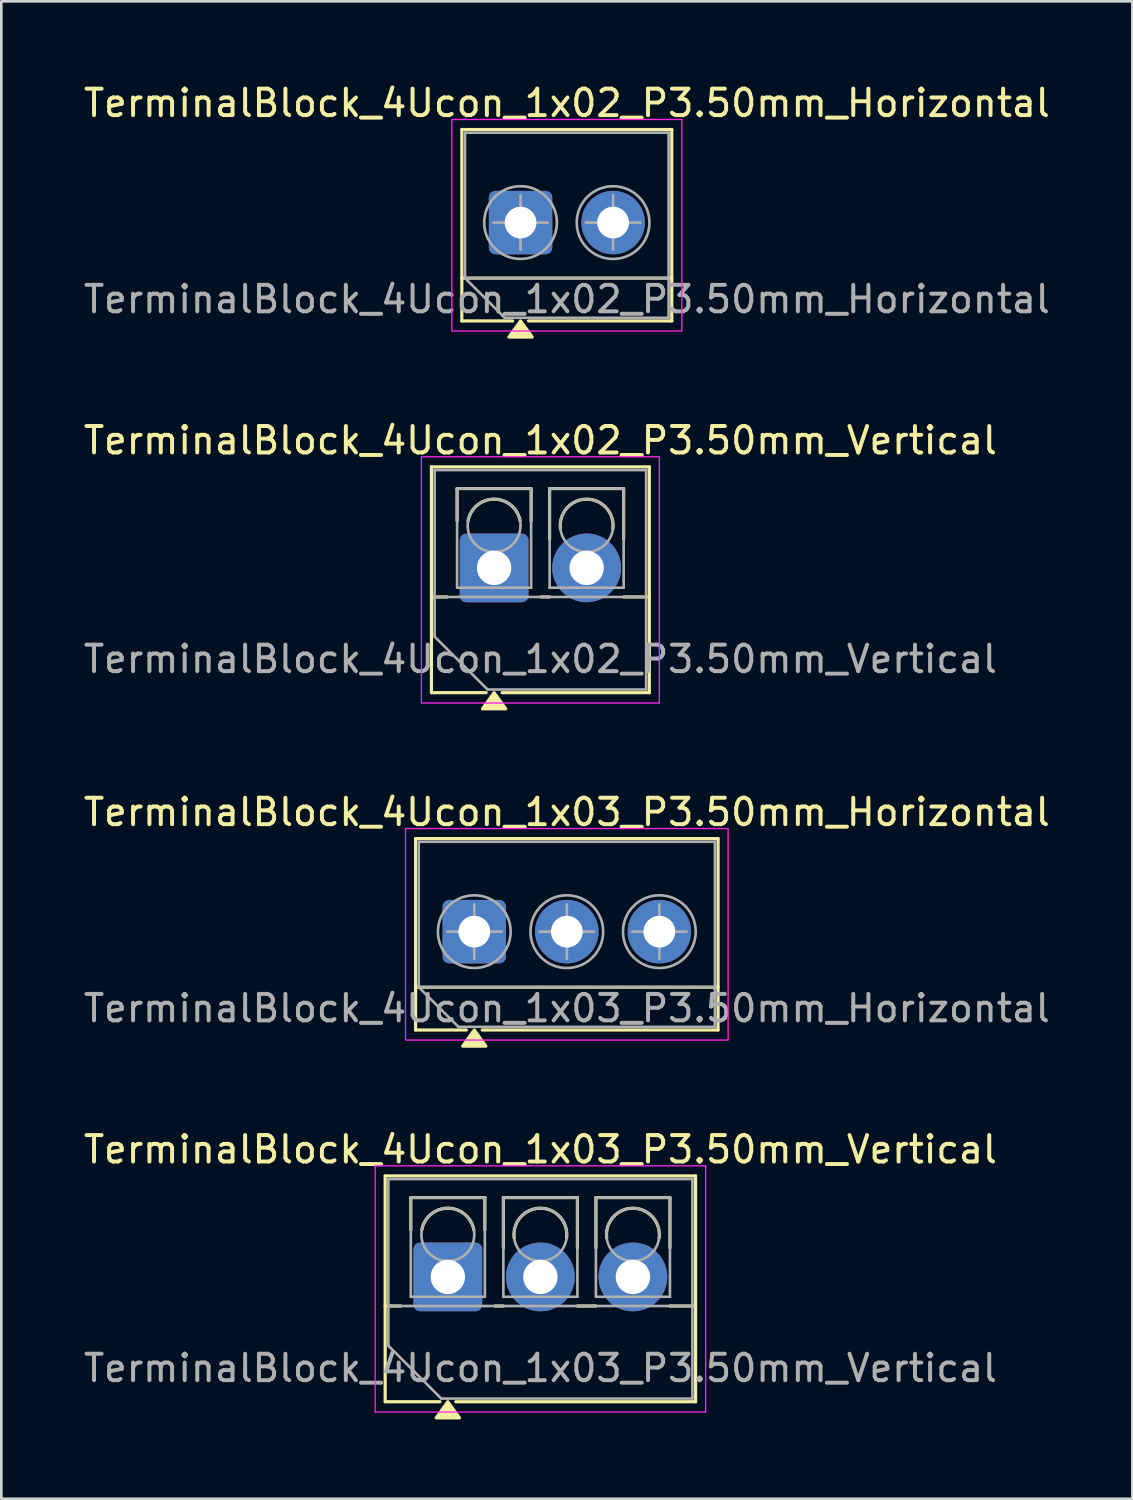
<source format=kicad_pcb>
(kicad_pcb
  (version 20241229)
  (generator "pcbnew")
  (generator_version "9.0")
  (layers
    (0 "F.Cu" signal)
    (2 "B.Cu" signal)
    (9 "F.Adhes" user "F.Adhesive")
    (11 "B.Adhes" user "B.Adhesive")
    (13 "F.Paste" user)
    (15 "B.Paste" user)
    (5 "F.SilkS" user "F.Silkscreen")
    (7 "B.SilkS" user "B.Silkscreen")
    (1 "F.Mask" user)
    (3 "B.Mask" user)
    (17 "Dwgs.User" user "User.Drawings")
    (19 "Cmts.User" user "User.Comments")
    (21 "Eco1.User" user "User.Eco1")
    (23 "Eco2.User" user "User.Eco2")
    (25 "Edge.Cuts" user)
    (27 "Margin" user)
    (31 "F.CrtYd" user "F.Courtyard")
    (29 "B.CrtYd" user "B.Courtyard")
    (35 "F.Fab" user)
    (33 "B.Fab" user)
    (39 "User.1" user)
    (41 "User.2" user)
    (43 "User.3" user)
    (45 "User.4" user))
  (footprint "TerminalBlock_4Ucon_1x02_P3.50mm_Horizontal"
    (layer "F.Cu")
    (at 16.637 5.368)
    (property "Reference" "TerminalBlock_4Ucon_1x02_P3.50mm_Horizontal" (at 1.75 -4.52 0) (layer "F.SilkS") (effects (font (size 1 1) (thickness 0.15))))
    (attr through_hole)
    (fp_line (start -2.22 -3.52) (end 5.72 -3.52) (stroke (width 0.12) (type solid)) (layer "F.SilkS"))
    (fp_line (start -2.22 2.1) (end 5.72 2.1) (stroke (width 0.12) (type solid)) (layer "F.SilkS"))
    (fp_line (start -2.22 3.72) (end -2.22 -3.52) (stroke (width 0.12) (type solid)) (layer "F.SilkS"))
    (fp_line (start -0.3 3.72) (end -2.22 3.72) (stroke (width 0.12) (type solid)) (layer "F.SilkS"))
    (fp_line (start 5.72 -3.52) (end 5.72 3.72) (stroke (width 0.12) (type solid)) (layer "F.SilkS"))
    (fp_line (start 5.72 3.72) (end 0.3 3.72) (stroke (width 0.12) (type solid)) (layer "F.SilkS"))
    (fp_poly (pts (xy 0 3.72) (xy 0.44 4.33) (xy -0.44 4.33)) (stroke (width 0.12) (type solid)) (fill yes) (layer "F.SilkS"))
    (fp_rect (start -2.6 -3.9) (end 6.1 4.1) (stroke (width 0.05) (type solid)) (fill no) (layer "F.CrtYd"))
    (fp_line (start -2.1 -3.4) (end 5.6 -3.4) (stroke (width 0.1) (type solid)) (layer "F.Fab"))
    (fp_line (start -2.1 2.1) (end -2.1 -3.4) (stroke (width 0.1) (type solid)) (layer "F.Fab"))
    (fp_line (start -2.1 2.1) (end 5.6 2.1) (stroke (width 0.1) (type solid)) (layer "F.Fab"))
    (fp_line (start -1.031 0) (end 1.031 0) (stroke (width 0.1) (type solid)) (layer "F.Fab"))
    (fp_line (start -0.6 3.6) (end -2.1 2.1) (stroke (width 0.1) (type solid)) (layer "F.Fab"))
    (fp_line (start 0 -1.031) (end 0 1.031) (stroke (width 0.1) (type solid)) (layer "F.Fab"))
    (fp_line (start 2.469 0) (end 4.531 0) (stroke (width 0.1) (type solid)) (layer "F.Fab"))
    (fp_line (start 3.5 -1.031) (end 3.5 1.031) (stroke (width 0.1) (type solid)) (layer "F.Fab"))
    (fp_line (start 5.6 -3.4) (end 5.6 3.6) (stroke (width 0.1) (type solid)) (layer "F.Fab"))
    (fp_line (start 5.6 3.6) (end -0.6 3.6) (stroke (width 0.1) (type solid)) (layer "F.Fab"))
    (fp_circle (center 0 0) (end 1.375 0) (stroke (width 0.1) (type solid)) (fill no) (layer "F.Fab"))
    (fp_circle (center 3.5 0) (end 4.875 0) (stroke (width 0.1) (type solid)) (fill no) (layer "F.Fab"))
    (fp_text user "${REFERENCE}" (at 1.75 2.9 0) (layer "F.Fab") (effects (font (size 1 1) (thickness 0.15))))
    (pad "1" thru_hole roundrect (at 0 0) (size 2.4 2.4) (drill 1.2) (layers "*.Cu" "*.Mask") (roundrect_rratio 0.104))
    (pad "2" thru_hole circle (at 3.5 0) (size 2.4 2.4) (drill 1.2) (layers "*.Cu" "*.Mask")))
  (footprint "TerminalBlock_4Ucon_1x02_P3.50mm_Vertical"
    (layer "F.Cu")
    (at 15.637 18.427)
    (property "Reference" "TerminalBlock_4Ucon_1x02_P3.50mm_Vertical" (at 1.75 -4.82 0) (layer "F.SilkS") (effects (font (size 1 1) (thickness 0.15))))
    (attr through_hole)
    (fp_line (start -2.37 -3.82) (end -2.37 4.72) (stroke (width 0.12) (type solid)) (layer "F.SilkS"))
    (fp_line (start -2.37 -3.82) (end 5.87 -3.82) (stroke (width 0.12) (type solid)) (layer "F.SilkS"))
    (fp_line (start -2.37 1.1) (end -1.78 1.1) (stroke (width 0.12) (type solid)) (layer "F.SilkS"))
    (fp_line (start -2.37 4.72) (end -0.3 4.72) (stroke (width 0.12) (type solid)) (layer "F.SilkS"))
    (fp_line (start -1.4 -3) (end -1.4 -1.78) (stroke (width 0.12) (type solid)) (layer "F.SilkS"))
    (fp_line (start -1.4 -3) (end 1.4 -3) (stroke (width 0.12) (type solid)) (layer "F.SilkS"))
    (fp_line (start 0.3 4.72) (end 5.87 4.72) (stroke (width 0.12) (type solid)) (layer "F.SilkS"))
    (fp_line (start 1.4 -3) (end 1.4 -1.78) (stroke (width 0.12) (type solid)) (layer "F.SilkS"))
    (fp_line (start 1.78 1.1) (end 2.101 1.1) (stroke (width 0.12) (type solid)) (layer "F.SilkS"))
    (fp_line (start 2.1 -3) (end 2.1 -1.099) (stroke (width 0.12) (type solid)) (layer "F.SilkS"))
    (fp_line (start 2.1 -3) (end 4.9 -3) (stroke (width 0.12) (type solid)) (layer "F.SilkS"))
    (fp_line (start 4.899 1.1) (end 5.87 1.1) (stroke (width 0.12) (type solid)) (layer "F.SilkS"))
    (fp_line (start 4.9 -3) (end 4.9 -1.099) (stroke (width 0.12) (type solid)) (layer "F.SilkS"))
    (fp_line (start 5.87 -3.82) (end 5.87 4.72) (stroke (width 0.12) (type solid)) (layer "F.SilkS"))
    (fp_arc (start -0.984 -1.78) (mid -0.00006 -2.600328) (end 0.983978 -1.780118) (stroke (width 0.12) (type solid)) (layer "F.SilkS"))
    (fp_arc (start 2.508 -1.478) (mid 3.500313 -2.599474) (end 4.491923 -1.477379) (stroke (width 0.12) (type solid)) (layer "F.SilkS"))
    (fp_poly (pts (xy 0 4.72) (xy 0.44 5.33) (xy -0.44 5.33)) (stroke (width 0.12) (type solid)) (fill yes) (layer "F.SilkS"))
    (fp_line (start -2.75 -4.2) (end -2.75 5.11) (stroke (width 0.05) (type solid)) (layer "F.CrtYd"))
    (fp_line (start -2.75 5.11) (end 6.25 5.11) (stroke (width 0.05) (type solid)) (layer "F.CrtYd"))
    (fp_line (start 6.25 -4.2) (end -2.75 -4.2) (stroke (width 0.05) (type solid)) (layer "F.CrtYd"))
    (fp_line (start 6.25 5.11) (end 6.25 -4.2) (stroke (width 0.05) (type solid)) (layer "F.CrtYd"))
    (fp_line (start -2.25 -3.7) (end 5.75 -3.7) (stroke (width 0.1) (type solid)) (layer "F.Fab"))
    (fp_line (start -2.25 1.1) (end 5.75 1.1) (stroke (width 0.1) (type solid)) (layer "F.Fab"))
    (fp_line (start -2.25 2.6) (end -2.25 -3.7) (stroke (width 0.1) (type solid)) (layer "F.Fab"))
    (fp_line (start -1.4 -3) (end -1.4 0.75) (stroke (width 0.1) (type solid)) (layer "F.Fab"))
    (fp_line (start -1.4 0.75) (end 1.4 0.75) (stroke (width 0.1) (type solid)) (layer "F.Fab"))
    (fp_line (start -0.25 4.6) (end -2.25 2.6) (stroke (width 0.1) (type solid)) (layer "F.Fab"))
    (fp_line (start 1.4 -3) (end -1.4 -3) (stroke (width 0.1) (type solid)) (layer "F.Fab"))
    (fp_line (start 1.4 0.75) (end 1.4 -3) (stroke (width 0.1) (type solid)) (layer "F.Fab"))
    (fp_line (start 2.1 -3) (end 2.1 0.75) (stroke (width 0.1) (type solid)) (layer "F.Fab"))
    (fp_line (start 2.1 0.75) (end 4.9 0.75) (stroke (width 0.1) (type solid)) (layer "F.Fab"))
    (fp_line (start 4.9 -3) (end 2.1 -3) (stroke (width 0.1) (type solid)) (layer "F.Fab"))
    (fp_line (start 4.9 0.75) (end 4.9 -3) (stroke (width 0.1) (type solid)) (layer "F.Fab"))
    (fp_line (start 5.75 -3.7) (end 5.75 4.6) (stroke (width 0.1) (type solid)) (layer "F.Fab"))
    (fp_line (start 5.75 4.6) (end -0.25 4.6) (stroke (width 0.1) (type solid)) (layer "F.Fab"))
    (fp_circle (center 0 -1.6) (end 1 -1.6) (stroke (width 0.1) (type solid)) (fill no) (layer "F.Fab"))
    (fp_circle (center 3.5 -1.6) (end 4.5 -1.6) (stroke (width 0.1) (type solid)) (fill no) (layer "F.Fab"))
    (fp_text user "${REFERENCE}" (at 1.75 3.45 0) (layer "F.Fab") (effects (font (size 1 1) (thickness 0.15))))
    (pad "1" thru_hole roundrect (at 0 0) (size 2.6 2.6) (drill 1.3) (layers "*.Cu" "*.Mask") (roundrect_rratio 0.096))
    (pad "2" thru_hole circle (at 3.5 0) (size 2.6 2.6) (drill 1.3) (layers "*.Cu" "*.Mask")))
  (footprint "TerminalBlock_4Ucon_1x03_P3.50mm_Horizontal"
    (layer "F.Cu")
    (at 14.887 32.185)
    (property "Reference" "TerminalBlock_4Ucon_1x03_P3.50mm_Horizontal" (at 3.5 -4.52 0) (layer "F.SilkS") (effects (font (size 1 1) (thickness 0.15))))
    (attr through_hole)
    (fp_line (start -2.22 -3.52) (end 9.22 -3.52) (stroke (width 0.12) (type solid)) (layer "F.SilkS"))
    (fp_line (start -2.22 2.1) (end 9.22 2.1) (stroke (width 0.12) (type solid)) (layer "F.SilkS"))
    (fp_line (start -2.22 3.72) (end -2.22 -3.52) (stroke (width 0.12) (type solid)) (layer "F.SilkS"))
    (fp_line (start -0.3 3.72) (end -2.22 3.72) (stroke (width 0.12) (type solid)) (layer "F.SilkS"))
    (fp_line (start 9.22 -3.52) (end 9.22 3.72) (stroke (width 0.12) (type solid)) (layer "F.SilkS"))
    (fp_line (start 9.22 3.72) (end 0.3 3.72) (stroke (width 0.12) (type solid)) (layer "F.SilkS"))
    (fp_poly (pts (xy 0 3.72) (xy 0.44 4.33) (xy -0.44 4.33)) (stroke (width 0.12) (type solid)) (fill yes) (layer "F.SilkS"))
    (fp_rect (start -2.6 -3.9) (end 9.6 4.1) (stroke (width 0.05) (type solid)) (fill no) (layer "F.CrtYd"))
    (fp_line (start -2.1 -3.4) (end 9.1 -3.4) (stroke (width 0.1) (type solid)) (layer "F.Fab"))
    (fp_line (start -2.1 2.1) (end -2.1 -3.4) (stroke (width 0.1) (type solid)) (layer "F.Fab"))
    (fp_line (start -2.1 2.1) (end 9.1 2.1) (stroke (width 0.1) (type solid)) (layer "F.Fab"))
    (fp_line (start -1.031 0) (end 1.031 0) (stroke (width 0.1) (type solid)) (layer "F.Fab"))
    (fp_line (start -0.6 3.6) (end -2.1 2.1) (stroke (width 0.1) (type solid)) (layer "F.Fab"))
    (fp_line (start 0 -1.031) (end 0 1.031) (stroke (width 0.1) (type solid)) (layer "F.Fab"))
    (fp_line (start 2.469 0) (end 4.531 0) (stroke (width 0.1) (type solid)) (layer "F.Fab"))
    (fp_line (start 3.5 -1.031) (end 3.5 1.031) (stroke (width 0.1) (type solid)) (layer "F.Fab"))
    (fp_line (start 5.969 0) (end 8.031 0) (stroke (width 0.1) (type solid)) (layer "F.Fab"))
    (fp_line (start 7 -1.031) (end 7 1.031) (stroke (width 0.1) (type solid)) (layer "F.Fab"))
    (fp_line (start 9.1 -3.4) (end 9.1 3.6) (stroke (width 0.1) (type solid)) (layer "F.Fab"))
    (fp_line (start 9.1 3.6) (end -0.6 3.6) (stroke (width 0.1) (type solid)) (layer "F.Fab"))
    (fp_circle (center 0 0) (end 1.375 0) (stroke (width 0.1) (type solid)) (fill no) (layer "F.Fab"))
    (fp_circle (center 3.5 0) (end 4.875 0) (stroke (width 0.1) (type solid)) (fill no) (layer "F.Fab"))
    (fp_circle (center 7 0) (end 8.375 0) (stroke (width 0.1) (type solid)) (fill no) (layer "F.Fab"))
    (fp_text user "${REFERENCE}" (at 3.5 2.9 0) (layer "F.Fab") (effects (font (size 1 1) (thickness 0.15))))
    (pad "1" thru_hole roundrect (at 0 0) (size 2.4 2.4) (drill 1.2) (layers "*.Cu" "*.Mask") (roundrect_rratio 0.104))
    (pad "2" thru_hole circle (at 3.5 0) (size 2.4 2.4) (drill 1.2) (layers "*.Cu" "*.Mask"))
    (pad "3" thru_hole circle (at 7 0) (size 2.4 2.4) (drill 1.2) (layers "*.Cu" "*.Mask")))
  (footprint "TerminalBlock_4Ucon_1x03_P3.50mm_Vertical"
    (layer "F.Cu")
    (at 13.887 45.243)
    (property "Reference" "TerminalBlock_4Ucon_1x03_P3.50mm_Vertical" (at 3.5 -4.82 0) (layer "F.SilkS") (effects (font (size 1 1) (thickness 0.15))))
    (attr through_hole)
    (fp_line (start -2.37 -3.82) (end -2.37 4.72) (stroke (width 0.12) (type solid)) (layer "F.SilkS"))
    (fp_line (start -2.37 -3.82) (end 9.37 -3.82) (stroke (width 0.12) (type solid)) (layer "F.SilkS"))
    (fp_line (start -2.37 1.1) (end -1.78 1.1) (stroke (width 0.12) (type solid)) (layer "F.SilkS"))
    (fp_line (start -2.37 4.72) (end -0.3 4.72) (stroke (width 0.12) (type solid)) (layer "F.SilkS"))
    (fp_line (start -1.4 -3) (end -1.4 -1.78) (stroke (width 0.12) (type solid)) (layer "F.SilkS"))
    (fp_line (start -1.4 -3) (end 1.4 -3) (stroke (width 0.12) (type solid)) (layer "F.SilkS"))
    (fp_line (start 0.3 4.72) (end 9.37 4.72) (stroke (width 0.12) (type solid)) (layer "F.SilkS"))
    (fp_line (start 1.4 -3) (end 1.4 -1.78) (stroke (width 0.12) (type solid)) (layer "F.SilkS"))
    (fp_line (start 1.78 1.1) (end 2.101 1.1) (stroke (width 0.12) (type solid)) (layer "F.SilkS"))
    (fp_line (start 2.1 -3) (end 2.1 -1.099) (stroke (width 0.12) (type solid)) (layer "F.SilkS"))
    (fp_line (start 2.1 -3) (end 4.9 -3) (stroke (width 0.12) (type solid)) (layer "F.SilkS"))
    (fp_line (start 4.899 1.1) (end 5.601 1.1) (stroke (width 0.12) (type solid)) (layer "F.SilkS"))
    (fp_line (start 4.9 -3) (end 4.9 -1.099) (stroke (width 0.12) (type solid)) (layer "F.SilkS"))
    (fp_line (start 5.6 -3) (end 5.6 -1.099) (stroke (width 0.12) (type solid)) (layer "F.SilkS"))
    (fp_line (start 5.6 -3) (end 8.4 -3) (stroke (width 0.12) (type solid)) (layer "F.SilkS"))
    (fp_line (start 8.399 1.1) (end 9.37 1.1) (stroke (width 0.12) (type solid)) (layer "F.SilkS"))
    (fp_line (start 8.4 -3) (end 8.4 -1.099) (stroke (width 0.12) (type solid)) (layer "F.SilkS"))
    (fp_line (start 9.37 -3.82) (end 9.37 4.72) (stroke (width 0.12) (type solid)) (layer "F.SilkS"))
    (fp_arc (start -0.984 -1.78) (mid -0.00006 -2.600328) (end 0.983978 -1.780118) (stroke (width 0.12) (type solid)) (layer "F.SilkS"))
    (fp_arc (start 2.508 -1.478) (mid 3.500313 -2.599474) (end 4.491923 -1.477379) (stroke (width 0.12) (type solid)) (layer "F.SilkS"))
    (fp_arc (start 6.008 -1.478) (mid 7.000313 -2.599474) (end 7.991923 -1.477379) (stroke (width 0.12) (type solid)) (layer "F.SilkS"))
    (fp_poly (pts (xy 0 4.72) (xy 0.44 5.33) (xy -0.44 5.33)) (stroke (width 0.12) (type solid)) (fill yes) (layer "F.SilkS"))
    (fp_line (start -2.75 -4.2) (end -2.75 5.11) (stroke (width 0.05) (type solid)) (layer "F.CrtYd"))
    (fp_line (start -2.75 5.11) (end 9.75 5.11) (stroke (width 0.05) (type solid)) (layer "F.CrtYd"))
    (fp_line (start 9.75 -4.2) (end -2.75 -4.2) (stroke (width 0.05) (type solid)) (layer "F.CrtYd"))
    (fp_line (start 9.75 5.11) (end 9.75 -4.2) (stroke (width 0.05) (type solid)) (layer "F.CrtYd"))
    (fp_line (start -2.25 -3.7) (end 9.25 -3.7) (stroke (width 0.1) (type solid)) (layer "F.Fab"))
    (fp_line (start -2.25 1.1) (end 9.25 1.1) (stroke (width 0.1) (type solid)) (layer "F.Fab"))
    (fp_line (start -2.25 2.6) (end -2.25 -3.7) (stroke (width 0.1) (type solid)) (layer "F.Fab"))
    (fp_line (start -1.4 -3) (end -1.4 0.75) (stroke (width 0.1) (type solid)) (layer "F.Fab"))
    (fp_line (start -1.4 0.75) (end 1.4 0.75) (stroke (width 0.1) (type solid)) (layer "F.Fab"))
    (fp_line (start -0.25 4.6) (end -2.25 2.6) (stroke (width 0.1) (type solid)) (layer "F.Fab"))
    (fp_line (start 1.4 -3) (end -1.4 -3) (stroke (width 0.1) (type solid)) (layer "F.Fab"))
    (fp_line (start 1.4 0.75) (end 1.4 -3) (stroke (width 0.1) (type solid)) (layer "F.Fab"))
    (fp_line (start 2.1 -3) (end 2.1 0.75) (stroke (width 0.1) (type solid)) (layer "F.Fab"))
    (fp_line (start 2.1 0.75) (end 4.9 0.75) (stroke (width 0.1) (type solid)) (layer "F.Fab"))
    (fp_line (start 4.9 -3) (end 2.1 -3) (stroke (width 0.1) (type solid)) (layer "F.Fab"))
    (fp_line (start 4.9 0.75) (end 4.9 -3) (stroke (width 0.1) (type solid)) (layer "F.Fab"))
    (fp_line (start 5.6 -3) (end 5.6 0.75) (stroke (width 0.1) (type solid)) (layer "F.Fab"))
    (fp_line (start 5.6 0.75) (end 8.4 0.75) (stroke (width 0.1) (type solid)) (layer "F.Fab"))
    (fp_line (start 8.4 -3) (end 5.6 -3) (stroke (width 0.1) (type solid)) (layer "F.Fab"))
    (fp_line (start 8.4 0.75) (end 8.4 -3) (stroke (width 0.1) (type solid)) (layer "F.Fab"))
    (fp_line (start 9.25 -3.7) (end 9.25 4.6) (stroke (width 0.1) (type solid)) (layer "F.Fab"))
    (fp_line (start 9.25 4.6) (end -0.25 4.6) (stroke (width 0.1) (type solid)) (layer "F.Fab"))
    (fp_circle (center 0 -1.6) (end 1 -1.6) (stroke (width 0.1) (type solid)) (fill no) (layer "F.Fab"))
    (fp_circle (center 3.5 -1.6) (end 4.5 -1.6) (stroke (width 0.1) (type solid)) (fill no) (layer "F.Fab"))
    (fp_circle (center 7 -1.6) (end 8 -1.6) (stroke (width 0.1) (type solid)) (fill no) (layer "F.Fab"))
    (fp_text user "${REFERENCE}" (at 3.5 3.45 0) (layer "F.Fab") (effects (font (size 1 1) (thickness 0.15))))
    (pad "1" thru_hole roundrect (at 0 0) (size 2.6 2.6) (drill 1.3) (layers "*.Cu" "*.Mask") (roundrect_rratio 0.096))
    (pad "2" thru_hole circle (at 3.5 0) (size 2.6 2.6) (drill 1.3) (layers "*.Cu" "*.Mask"))
    (pad "3" thru_hole circle (at 7 0) (size 2.6 2.6) (drill 1.3) (layers "*.Cu" "*.Mask")))
  (gr_rect
    (start -3 -3)
    (end 39.774 53.633)
    (stroke (width 0.1) (type default))
    (fill no)
    (layer "Edge.Cuts")))
</source>
